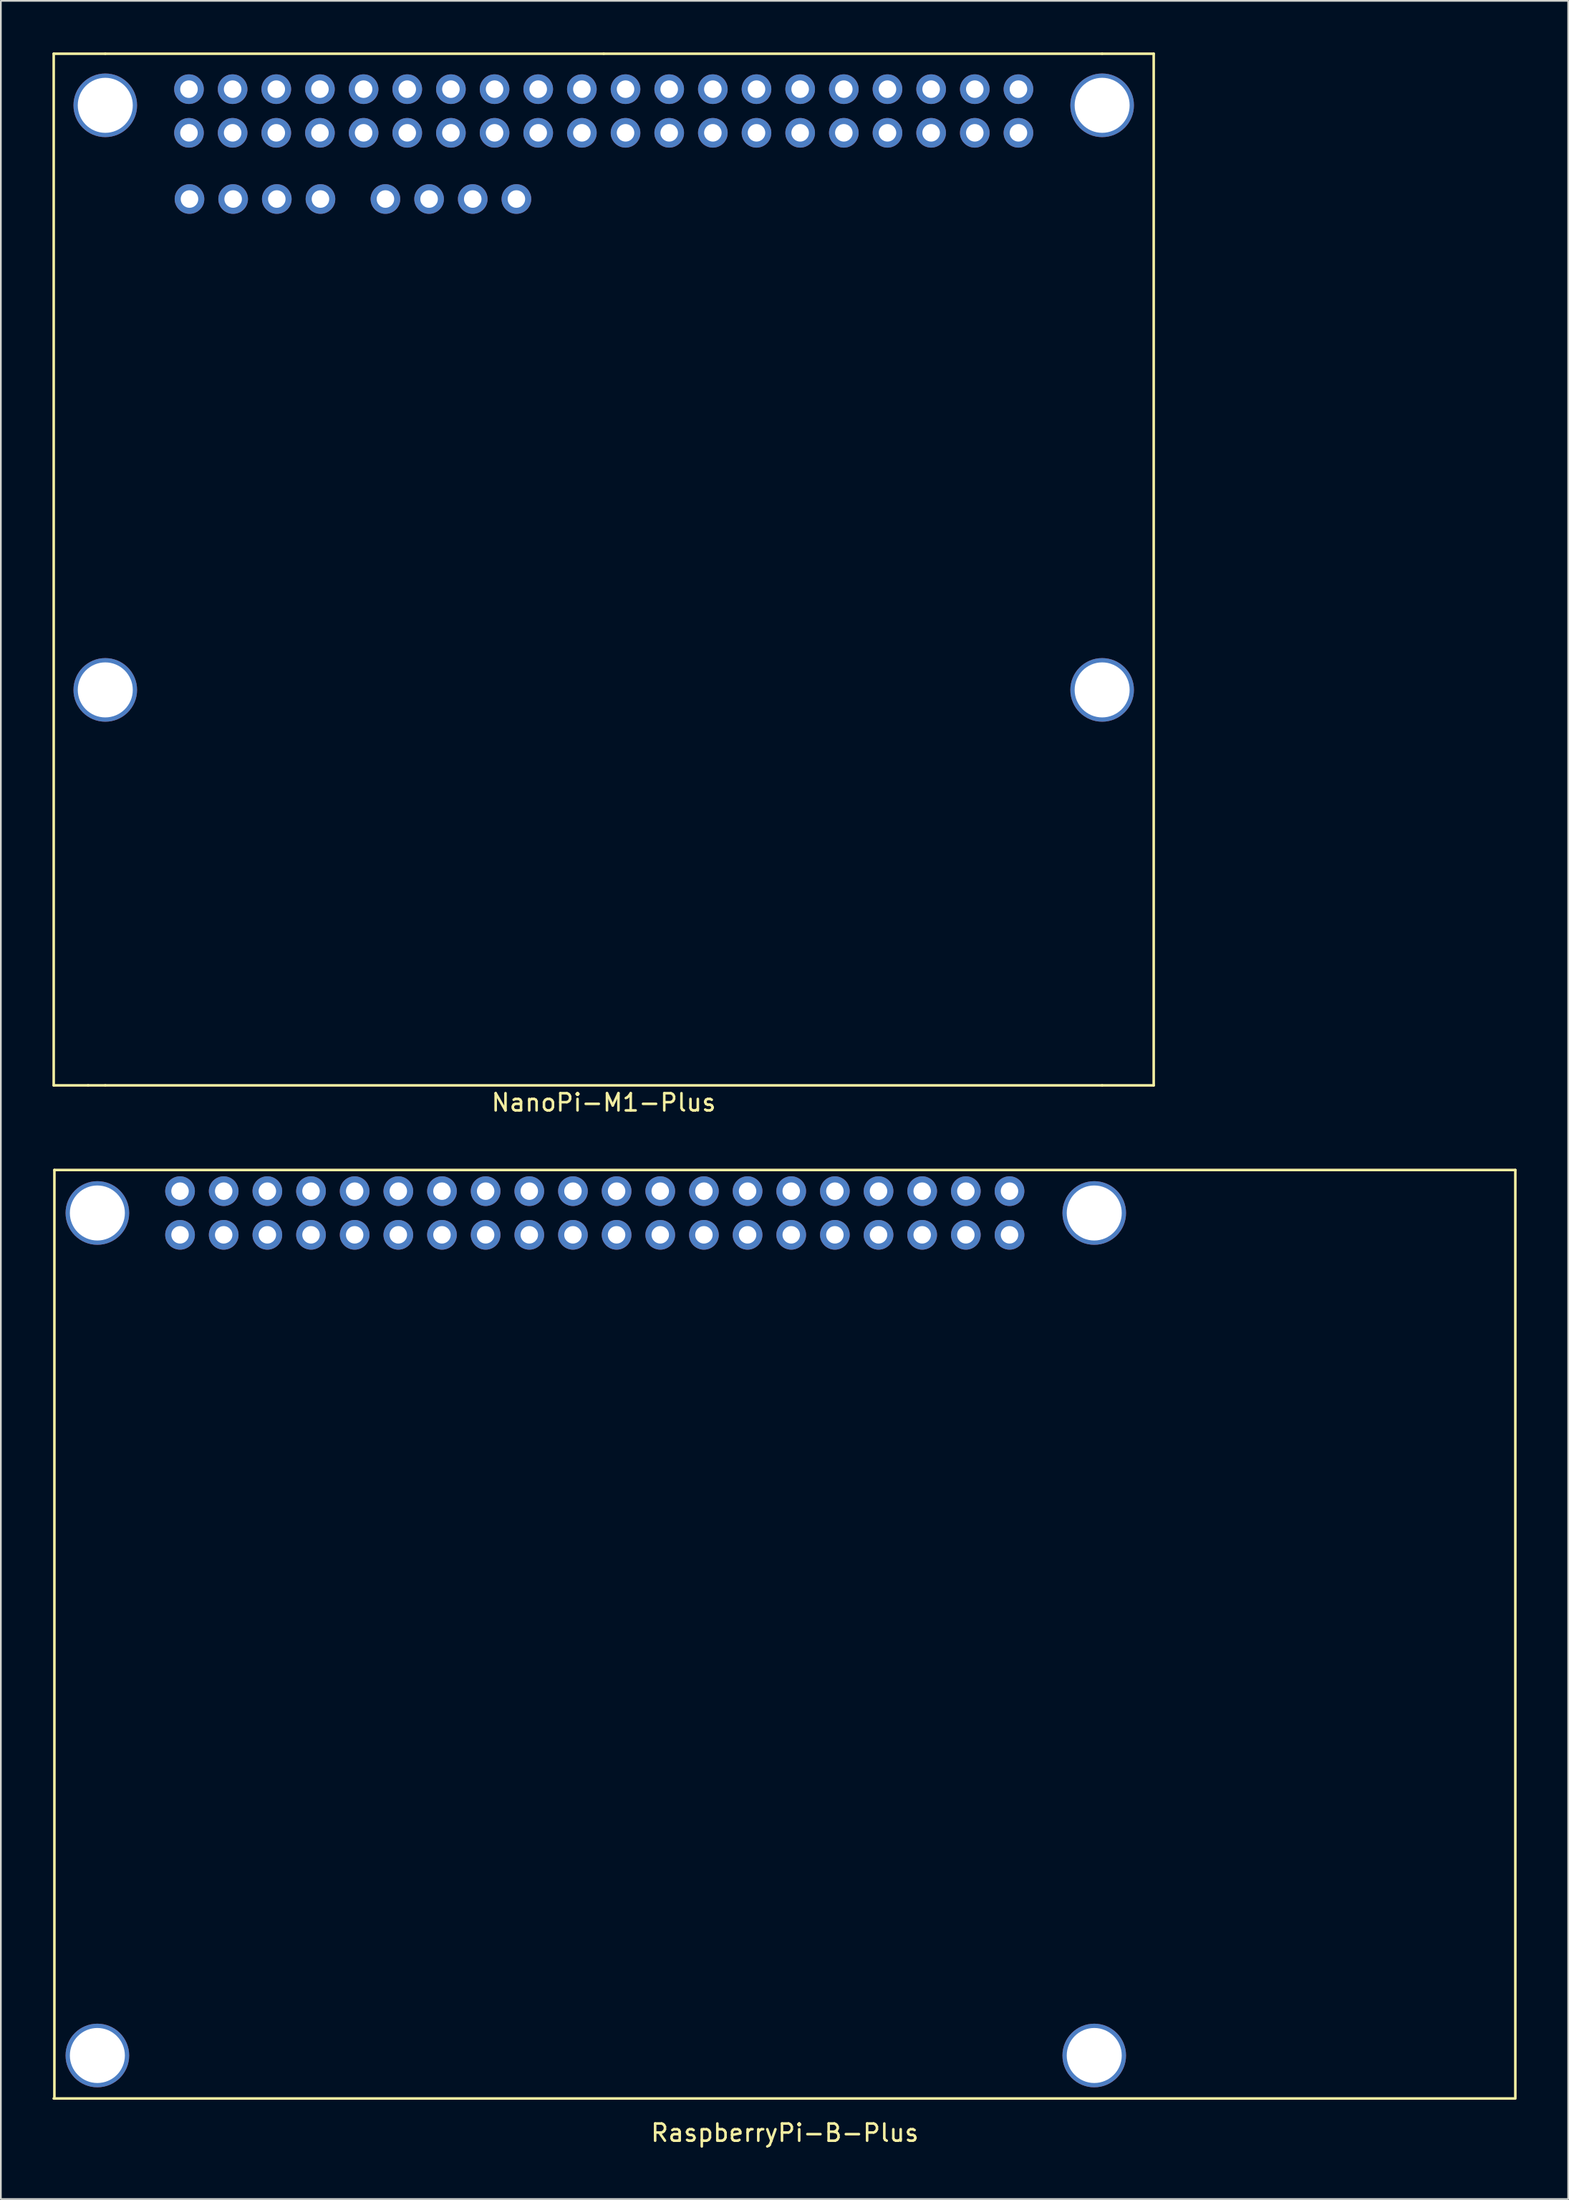
<source format=kicad_pcb>
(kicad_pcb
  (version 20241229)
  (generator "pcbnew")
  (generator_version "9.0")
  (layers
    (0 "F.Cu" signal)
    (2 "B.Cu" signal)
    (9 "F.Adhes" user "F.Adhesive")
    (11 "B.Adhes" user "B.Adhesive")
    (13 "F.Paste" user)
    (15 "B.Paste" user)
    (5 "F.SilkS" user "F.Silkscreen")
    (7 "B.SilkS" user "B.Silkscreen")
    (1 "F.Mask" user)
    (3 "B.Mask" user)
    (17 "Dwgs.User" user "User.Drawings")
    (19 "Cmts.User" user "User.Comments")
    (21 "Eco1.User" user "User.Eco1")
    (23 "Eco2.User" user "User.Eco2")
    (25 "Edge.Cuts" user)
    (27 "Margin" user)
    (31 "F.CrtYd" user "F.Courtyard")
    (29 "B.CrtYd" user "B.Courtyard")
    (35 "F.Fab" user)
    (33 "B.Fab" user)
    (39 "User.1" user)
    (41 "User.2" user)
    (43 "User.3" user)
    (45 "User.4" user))
  (footprint "RaspberryPi-B-Plus"
    (layer "F.Cu")
    (at 42.615 91.998)
    (property "Reference" "RaspberryPi-B-Plus" (at 0 29 0) (layer "F.SilkS") (effects (font (size 1 1) (thickness 0.15))))
    (attr through_hole)
    (fp_line (start -42.5 -27) (end 42.5 -27) (stroke (width 0.15) (type solid)) (layer "F.SilkS"))
    (fp_line (start -42.5 27) (end -42.5 -27) (stroke (width 0.15) (type solid)) (layer "F.SilkS"))
    (fp_line (start 42.46 27) (end -42.54 27) (stroke (width 0.15) (type solid)) (layer "F.SilkS"))
    (fp_line (start 42.5 27) (end 42.5 -27) (stroke (width 0.15) (type solid)) (layer "F.SilkS"))
    (pad "" thru_hole circle (at -40 -24.5) (size 3.7 3.7) (drill 3.2) (layers "*.Cu" "*.Mask"))
    (pad "" thru_hole circle (at -40 24.5) (size 3.7 3.7) (drill 3.2) (layers "*.Cu" "*.Mask"))
    (pad "" thru_hole circle (at 18 -24.5) (size 3.7 3.7) (drill 3.2) (layers "*.Cu" "*.Mask"))
    (pad "" thru_hole circle (at 18 24.5) (size 3.7 3.7) (drill 3.2) (layers "*.Cu" "*.Mask"))
    (pad "1" thru_hole circle (at -35.19 -23.23 180) (size 1.727 1.727) (drill 1.016) (layers "*.Cu" "*.Mask"))
    (pad "2" thru_hole circle (at -35.19 -25.77 180) (size 1.727 1.727) (drill 1.016) (layers "*.Cu" "*.Mask"))
    (pad "3" thru_hole circle (at -32.65 -23.23 180) (size 1.727 1.727) (drill 1.016) (layers "*.Cu" "*.Mask"))
    (pad "4" thru_hole circle (at -32.65 -25.77 180) (size 1.727 1.727) (drill 1.016) (layers "*.Cu" "*.Mask"))
    (pad "5" thru_hole circle (at -30.11 -23.23 180) (size 1.727 1.727) (drill 1.016) (layers "*.Cu" "*.Mask"))
    (pad "6" thru_hole circle (at -30.11 -25.77 180) (size 1.727 1.727) (drill 1.016) (layers "*.Cu" "*.Mask"))
    (pad "7" thru_hole circle (at -27.57 -23.23 180) (size 1.727 1.727) (drill 1.016) (layers "*.Cu" "*.Mask"))
    (pad "8" thru_hole circle (at -27.57 -25.77 180) (size 1.727 1.727) (drill 1.016) (layers "*.Cu" "*.Mask"))
    (pad "9" thru_hole circle (at -25.03 -23.23 180) (size 1.727 1.727) (drill 1.016) (layers "*.Cu" "*.Mask"))
    (pad "10" thru_hole circle (at -25.03 -25.77 180) (size 1.727 1.727) (drill 1.016) (layers "*.Cu" "*.Mask"))
    (pad "11" thru_hole circle (at -22.49 -23.23 180) (size 1.727 1.727) (drill 1.016) (layers "*.Cu" "*.Mask"))
    (pad "12" thru_hole circle (at -22.49 -25.77 180) (size 1.727 1.727) (drill 1.016) (layers "*.Cu" "*.Mask"))
    (pad "13" thru_hole circle (at -19.95 -23.23 180) (size 1.727 1.727) (drill 1.016) (layers "*.Cu" "*.Mask"))
    (pad "14" thru_hole circle (at -19.95 -25.77 180) (size 1.727 1.727) (drill 1.016) (layers "*.Cu" "*.Mask"))
    (pad "15" thru_hole circle (at -17.41 -23.23 180) (size 1.727 1.727) (drill 1.016) (layers "*.Cu" "*.Mask"))
    (pad "16" thru_hole circle (at -17.41 -25.77 180) (size 1.727 1.727) (drill 1.016) (layers "*.Cu" "*.Mask"))
    (pad "17" thru_hole circle (at -14.87 -23.23 180) (size 1.727 1.727) (drill 1.016) (layers "*.Cu" "*.Mask"))
    (pad "18" thru_hole circle (at -14.87 -25.77 180) (size 1.727 1.727) (drill 1.016) (layers "*.Cu" "*.Mask"))
    (pad "19" thru_hole circle (at -12.33 -23.23 180) (size 1.727 1.727) (drill 1.016) (layers "*.Cu" "*.Mask"))
    (pad "20" thru_hole circle (at -12.33 -25.77 180) (size 1.727 1.727) (drill 1.016) (layers "*.Cu" "*.Mask"))
    (pad "21" thru_hole circle (at -9.79 -23.23 180) (size 1.727 1.727) (drill 1.016) (layers "*.Cu" "*.Mask"))
    (pad "22" thru_hole circle (at -9.79 -25.77 180) (size 1.727 1.727) (drill 1.016) (layers "*.Cu" "*.Mask"))
    (pad "23" thru_hole circle (at -7.25 -23.23 180) (size 1.727 1.727) (drill 1.016) (layers "*.Cu" "*.Mask"))
    (pad "24" thru_hole circle (at -7.25 -25.77 180) (size 1.727 1.727) (drill 1.016) (layers "*.Cu" "*.Mask"))
    (pad "25" thru_hole circle (at -4.71 -23.23 180) (size 1.727 1.727) (drill 1.016) (layers "*.Cu" "*.Mask"))
    (pad "26" thru_hole circle (at -4.71 -25.77 180) (size 1.727 1.727) (drill 1.016) (layers "*.Cu" "*.Mask"))
    (pad "27" thru_hole circle (at -2.17 -23.23 180) (size 1.727 1.727) (drill 1.016) (layers "*.Cu" "*.Mask"))
    (pad "28" thru_hole circle (at -2.17 -25.77 180) (size 1.727 1.727) (drill 1.016) (layers "*.Cu" "*.Mask"))
    (pad "29" thru_hole circle (at 0.37 -23.23 180) (size 1.727 1.727) (drill 1.016) (layers "*.Cu" "*.Mask"))
    (pad "30" thru_hole circle (at 0.37 -25.77 180) (size 1.727 1.727) (drill 1.016) (layers "*.Cu" "*.Mask"))
    (pad "31" thru_hole circle (at 2.91 -23.23 180) (size 1.727 1.727) (drill 1.016) (layers "*.Cu" "*.Mask"))
    (pad "32" thru_hole circle (at 2.91 -25.77 180) (size 1.727 1.727) (drill 1.016) (layers "*.Cu" "*.Mask"))
    (pad "33" thru_hole circle (at 5.45 -23.23 180) (size 1.727 1.727) (drill 1.016) (layers "*.Cu" "*.Mask"))
    (pad "34" thru_hole circle (at 5.45 -25.77 180) (size 1.727 1.727) (drill 1.016) (layers "*.Cu" "*.Mask"))
    (pad "35" thru_hole circle (at 7.99 -23.23 180) (size 1.727 1.727) (drill 1.016) (layers "*.Cu" "*.Mask"))
    (pad "36" thru_hole circle (at 7.99 -25.77 180) (size 1.727 1.727) (drill 1.016) (layers "*.Cu" "*.Mask"))
    (pad "37" thru_hole circle (at 10.53 -23.23 180) (size 1.727 1.727) (drill 1.016) (layers "*.Cu" "*.Mask"))
    (pad "38" thru_hole circle (at 10.53 -25.77 180) (size 1.727 1.727) (drill 1.016) (layers "*.Cu" "*.Mask"))
    (pad "39" thru_hole circle (at 13.07 -23.23 180) (size 1.727 1.727) (drill 1.016) (layers "*.Cu" "*.Mask"))
    (pad "40" thru_hole circle (at 13.07 -25.77 180) (size 1.727 1.727) (drill 1.016) (layers "*.Cu" "*.Mask")))
  (footprint "NanoPi-M1-Plus"
    (layer "F.Cu")
    (at 32.075 30.075)
    (property "Reference" "NanoPi-M1-Plus" (at 0 31 0) (layer "F.SilkS") (effects (font (size 1 1) (thickness 0.15))))
    (attr through_hole)
    (fp_line (start -32 -30) (end -29 -30) (stroke (width 0.15) (type solid)) (layer "F.SilkS"))
    (fp_line (start -32 30) (end -32 -30) (stroke (width 0.15) (type solid)) (layer "F.SilkS"))
    (fp_line (start -32 30) (end -30 30) (stroke (width 0.15) (type solid)) (layer "F.SilkS"))
    (fp_line (start -29 -30) (end 0 -30) (stroke (width 0.15) (type solid)) (layer "F.SilkS"))
    (fp_line (start -29 30) (end -30 30) (stroke (width 0.15) (type solid)) (layer "F.SilkS"))
    (fp_line (start 0 -30) (end 29 -30) (stroke (width 0.15) (type solid)) (layer "F.SilkS"))
    (fp_line (start 29 -30) (end 32 -30) (stroke (width 0.15) (type solid)) (layer "F.SilkS"))
    (fp_line (start 29 30) (end -29 30) (stroke (width 0.15) (type solid)) (layer "F.SilkS"))
    (fp_line (start 32 -30) (end 32 30) (stroke (width 0.15) (type solid)) (layer "F.SilkS"))
    (fp_line (start 32 30) (end 29 30) (stroke (width 0.15) (type solid)) (layer "F.SilkS"))
    (pad "" thru_hole circle (at -29 -27) (size 3.7 3.7) (drill 3.2) (layers "*.Cu" "*.Mask"))
    (pad "" thru_hole circle (at -29 7) (size 3.7 3.7) (drill 3.2) (layers "*.Cu" "*.Mask"))
    (pad "" thru_hole circle (at 29 -27) (size 3.7 3.7) (drill 3.2) (layers "*.Cu" "*.Mask"))
    (pad "" thru_hole circle (at 29 7) (size 3.7 3.7) (drill 3.2) (layers "*.Cu" "*.Mask"))
    (pad "1" thru_hole circle (at -24.13 -27.94) (size 1.724 1.724) (drill 1.02) (layers "*.Cu" "*.Mask"))
    (pad "2" thru_hole circle (at -24.13 -25.4) (size 1.724 1.724) (drill 1.02) (layers "*.Cu" "*.Mask"))
    (pad "3" thru_hole circle (at -21.59 -27.94) (size 1.724 1.724) (drill 1.02) (layers "*.Cu" "*.Mask"))
    (pad "4" thru_hole circle (at -21.59 -25.4) (size 1.724 1.724) (drill 1.02) (layers "*.Cu" "*.Mask"))
    (pad "5" thru_hole circle (at -19.05 -27.94) (size 1.724 1.724) (drill 1.02) (layers "*.Cu" "*.Mask"))
    (pad "6" thru_hole circle (at -19.05 -25.4) (size 1.724 1.724) (drill 1.02) (layers "*.Cu" "*.Mask"))
    (pad "7" thru_hole circle (at -16.51 -27.94) (size 1.724 1.724) (drill 1.02) (layers "*.Cu" "*.Mask"))
    (pad "8" thru_hole circle (at -16.51 -25.4) (size 1.724 1.724) (drill 1.02) (layers "*.Cu" "*.Mask"))
    (pad "9" thru_hole circle (at -13.97 -27.94) (size 1.724 1.724) (drill 1.02) (layers "*.Cu" "*.Mask"))
    (pad "10" thru_hole circle (at -13.97 -25.4) (size 1.724 1.724) (drill 1.02) (layers "*.Cu" "*.Mask"))
    (pad "11" thru_hole circle (at -11.43 -27.94) (size 1.724 1.724) (drill 1.02) (layers "*.Cu" "*.Mask"))
    (pad "12" thru_hole circle (at -11.43 -25.4) (size 1.724 1.724) (drill 1.02) (layers "*.Cu" "*.Mask"))
    (pad "13" thru_hole circle (at -8.89 -27.94) (size 1.724 1.724) (drill 1.02) (layers "*.Cu" "*.Mask"))
    (pad "14" thru_hole circle (at -8.89 -25.4) (size 1.724 1.724) (drill 1.02) (layers "*.Cu" "*.Mask"))
    (pad "15" thru_hole circle (at -6.35 -27.94) (size 1.724 1.724) (drill 1.02) (layers "*.Cu" "*.Mask"))
    (pad "16" thru_hole circle (at -6.35 -25.4) (size 1.724 1.724) (drill 1.02) (layers "*.Cu" "*.Mask"))
    (pad "17" thru_hole circle (at -3.81 -27.94) (size 1.724 1.724) (drill 1.02) (layers "*.Cu" "*.Mask"))
    (pad "18" thru_hole circle (at -3.81 -25.4) (size 1.724 1.724) (drill 1.02) (layers "*.Cu" "*.Mask"))
    (pad "19" thru_hole circle (at -1.27 -27.94) (size 1.724 1.724) (drill 1.02) (layers "*.Cu" "*.Mask"))
    (pad "20" thru_hole circle (at -1.27 -25.4) (size 1.724 1.724) (drill 1.02) (layers "*.Cu" "*.Mask"))
    (pad "21" thru_hole circle (at 1.27 -27.94) (size 1.724 1.724) (drill 1.02) (layers "*.Cu" "*.Mask"))
    (pad "22" thru_hole circle (at 1.27 -25.4) (size 1.724 1.724) (drill 1.02) (layers "*.Cu" "*.Mask"))
    (pad "23" thru_hole circle (at 3.81 -27.94) (size 1.724 1.724) (drill 1.02) (layers "*.Cu" "*.Mask"))
    (pad "24" thru_hole circle (at 3.81 -25.4) (size 1.724 1.724) (drill 1.02) (layers "*.Cu" "*.Mask"))
    (pad "25" thru_hole circle (at 6.35 -27.94) (size 1.724 1.724) (drill 1.02) (layers "*.Cu" "*.Mask"))
    (pad "26" thru_hole circle (at 6.35 -25.4) (size 1.724 1.724) (drill 1.02) (layers "*.Cu" "*.Mask"))
    (pad "27" thru_hole circle (at 8.89 -27.94) (size 1.724 1.724) (drill 1.02) (layers "*.Cu" "*.Mask"))
    (pad "28" thru_hole circle (at 8.89 -25.4) (size 1.724 1.724) (drill 1.02) (layers "*.Cu" "*.Mask"))
    (pad "29" thru_hole circle (at 11.43 -27.94) (size 1.724 1.724) (drill 1.02) (layers "*.Cu" "*.Mask"))
    (pad "30" thru_hole circle (at 11.43 -25.4) (size 1.724 1.724) (drill 1.02) (layers "*.Cu" "*.Mask"))
    (pad "31" thru_hole circle (at 13.97 -27.94) (size 1.724 1.724) (drill 1.02) (layers "*.Cu" "*.Mask"))
    (pad "32" thru_hole circle (at 13.97 -25.4) (size 1.724 1.724) (drill 1.02) (layers "*.Cu" "*.Mask"))
    (pad "33" thru_hole circle (at 16.51 -27.94) (size 1.724 1.724) (drill 1.02) (layers "*.Cu" "*.Mask"))
    (pad "34" thru_hole circle (at 16.51 -25.4) (size 1.724 1.724) (drill 1.02) (layers "*.Cu" "*.Mask"))
    (pad "35" thru_hole circle (at 19.05 -27.94) (size 1.724 1.724) (drill 1.02) (layers "*.Cu" "*.Mask"))
    (pad "36" thru_hole circle (at 19.05 -25.4) (size 1.724 1.724) (drill 1.02) (layers "*.Cu" "*.Mask"))
    (pad "37" thru_hole circle (at 21.59 -27.94) (size 1.724 1.724) (drill 1.02) (layers "*.Cu" "*.Mask"))
    (pad "38" thru_hole circle (at 21.59 -25.4) (size 1.724 1.724) (drill 1.02) (layers "*.Cu" "*.Mask"))
    (pad "39" thru_hole circle (at 24.13 -27.94) (size 1.724 1.724) (drill 1.02) (layers "*.Cu" "*.Mask"))
    (pad "40" thru_hole circle (at 24.13 -25.4) (size 1.724 1.724) (drill 1.02) (layers "*.Cu" "*.Mask"))
    (pad "41" thru_hole circle (at -24.1 -21.55) (size 1.724 1.724) (drill 1.02) (layers "*.Cu" "*.Mask"))
    (pad "42" thru_hole circle (at -21.56 -21.55) (size 1.724 1.724) (drill 1.02) (layers "*.Cu" "*.Mask"))
    (pad "43" thru_hole circle (at -19.02 -21.55) (size 1.724 1.724) (drill 1.02) (layers "*.Cu" "*.Mask"))
    (pad "44" thru_hole circle (at -16.48 -21.55) (size 1.724 1.724) (drill 1.02) (layers "*.Cu" "*.Mask"))
    (pad "45" thru_hole circle (at -12.7 -21.55) (size 1.724 1.724) (drill 1.02) (layers "*.Cu" "*.Mask"))
    (pad "46" thru_hole circle (at -10.16 -21.55) (size 1.724 1.724) (drill 1.02) (layers "*.Cu" "*.Mask"))
    (pad "47" thru_hole circle (at -7.62 -21.55) (size 1.724 1.724) (drill 1.02) (layers "*.Cu" "*.Mask"))
    (pad "48" thru_hole circle (at -5.08 -21.55) (size 1.724 1.724) (drill 1.02) (layers "*.Cu" "*.Mask")))
  (gr_rect
    (start -3 -3)
    (end 88.19 124.847)
    (stroke (width 0.1) (type default))
    (fill no)
    (layer "Edge.Cuts")))
</source>
